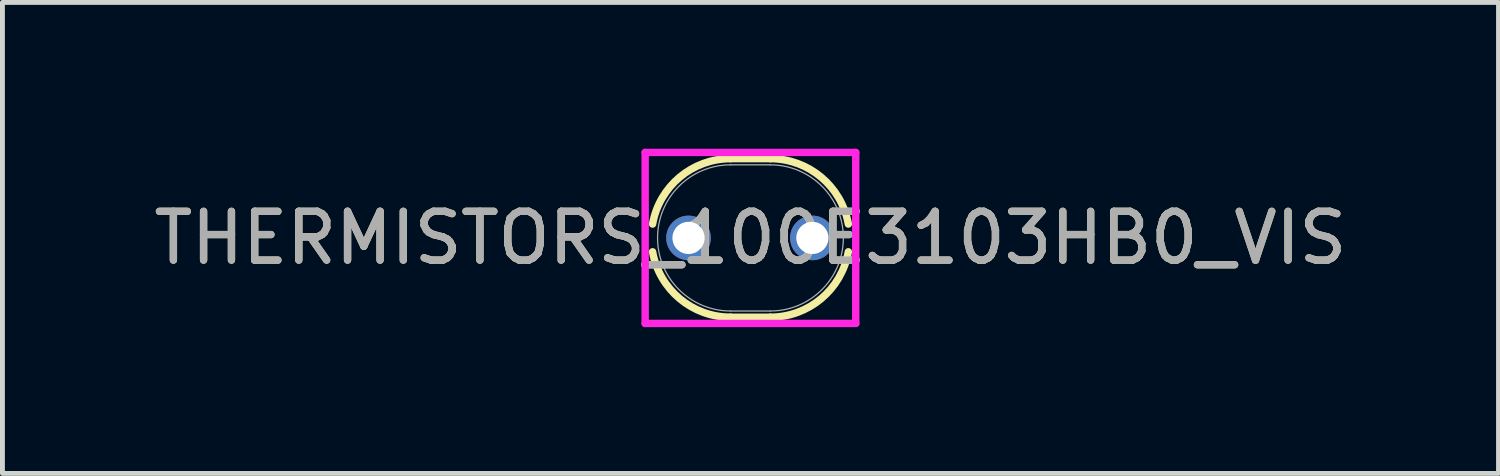
<source format=kicad_pcb>
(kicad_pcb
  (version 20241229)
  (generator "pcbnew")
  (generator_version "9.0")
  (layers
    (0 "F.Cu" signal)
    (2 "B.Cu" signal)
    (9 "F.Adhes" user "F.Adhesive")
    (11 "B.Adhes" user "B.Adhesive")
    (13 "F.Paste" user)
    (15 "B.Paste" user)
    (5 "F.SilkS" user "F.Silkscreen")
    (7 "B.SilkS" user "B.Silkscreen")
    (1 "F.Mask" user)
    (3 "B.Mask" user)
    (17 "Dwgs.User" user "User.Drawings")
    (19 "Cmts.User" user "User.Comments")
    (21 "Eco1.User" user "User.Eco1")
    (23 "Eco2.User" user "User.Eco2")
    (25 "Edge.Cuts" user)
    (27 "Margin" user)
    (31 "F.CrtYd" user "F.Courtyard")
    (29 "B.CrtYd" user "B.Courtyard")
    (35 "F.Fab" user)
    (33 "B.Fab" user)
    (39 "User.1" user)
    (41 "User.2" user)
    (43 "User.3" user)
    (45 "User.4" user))
  (footprint "THERMISTORS_100E3103HB0_VIS"
    (layer "F.Cu")
    (at 11.069 1.829)
    (property "Reference" "THERMISTORS_100E3103HB0_VIS" (at 1.27 0 0) (unlocked yes) (layer "F.SilkS") (effects (font (size 1 1) (thickness 0.15))))
    (attr through_hole)
    (fp_line (start 0.864 -1.626) (end 1.676 -1.626) (stroke (width 0.152) (type solid)) (layer "F.SilkS"))
    (fp_line (start 0.864 1.626) (end 1.676 1.626) (stroke (width 0.152) (type solid)) (layer "F.SilkS"))
    (fp_arc (start -0.736895 -0.284589) (mid -0.180418 -1.246034) (end 0.8636 -1.6256) (stroke (width 0.1524) (type solid)) (layer "F.SilkS"))
    (fp_arc (start 0.863601 1.6256) (mid -0.180417 1.246035) (end -0.736895 0.28459) (stroke (width 0.1524) (type solid)) (layer "F.SilkS"))
    (fp_arc (start 1.6764 -1.6256) (mid 2.720418 -1.246034) (end 3.276895 -0.284589) (stroke (width 0.1524) (type solid)) (layer "F.SilkS"))
    (fp_arc (start 3.276895 0.284589) (mid 2.720418 1.246034) (end 1.6764 1.6256) (stroke (width 0.1524) (type solid)) (layer "F.SilkS"))
    (fp_line (start -0.889 -1.753) (end 3.429 -1.753) (stroke (width 0.152) (type solid)) (layer "F.CrtYd"))
    (fp_line (start -0.889 1.753) (end -0.889 -1.753) (stroke (width 0.152) (type solid)) (layer "F.CrtYd"))
    (fp_line (start 3.429 -1.753) (end 3.429 1.753) (stroke (width 0.152) (type solid)) (layer "F.CrtYd"))
    (fp_line (start 3.429 1.753) (end -0.889 1.753) (stroke (width 0.152) (type solid)) (layer "F.CrtYd"))
    (fp_line (start 0.864 -1.499) (end 1.676 -1.499) (stroke (width 0.025) (type solid)) (layer "F.Fab"))
    (fp_line (start 0.864 1.499) (end 1.676 1.499) (stroke (width 0.025) (type solid)) (layer "F.Fab"))
    (fp_arc (start 0.8636 1.4986) (mid -0.635 0) (end 0.8636 -1.4986) (stroke (width 0.0254) (type solid)) (layer "F.Fab"))
    (fp_arc (start 1.6764 -1.4986) (mid 3.175 0) (end 1.6764 1.4986) (stroke (width 0.0254) (type solid)) (layer "F.Fab"))
    (fp_text user "${REFERENCE}" (at 1.27 0 0) (unlocked yes) (layer "F.Fab") (effects (font (size 1 1) (thickness 0.15))))
    (pad "1" thru_hole circle (at 0 0) (size 0.914 0.914) (drill 0.66) (layers "*.Cu" "*.Mask"))
    (pad "2" thru_hole circle (at 2.54 0) (size 0.914 0.914) (drill 0.66) (layers "*.Cu" "*.Mask")))
  (gr_rect
    (start -3 -3)
    (end 27.679 6.658)
    (stroke (width 0.1) (type default))
    (fill no)
    (layer "Edge.Cuts")))
</source>
